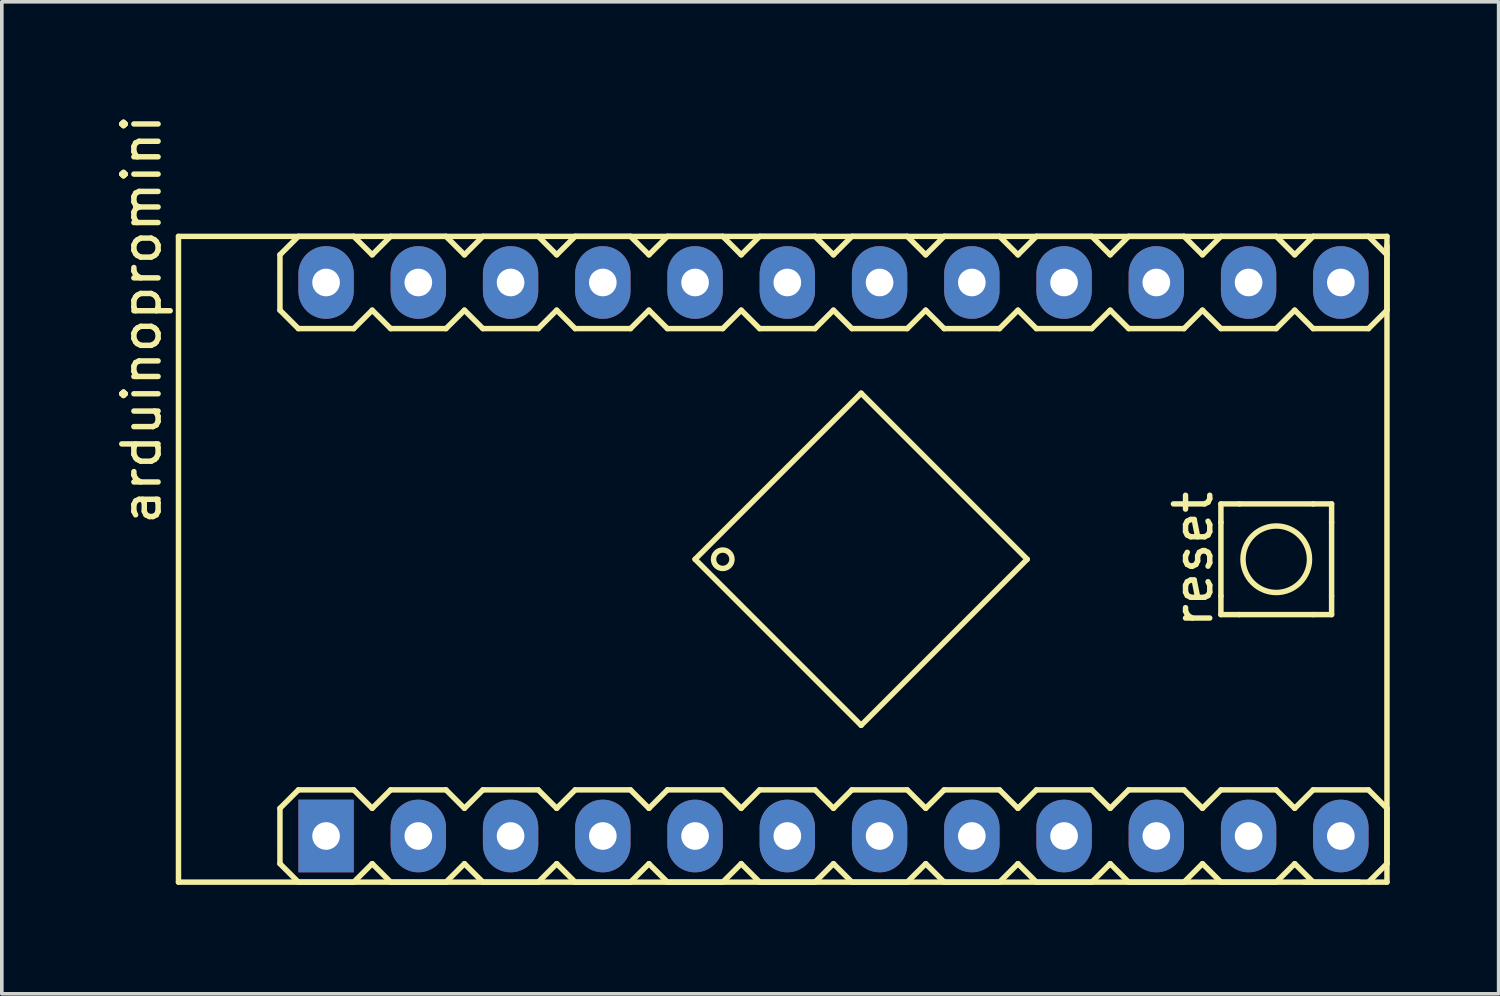
<source format=kicad_pcb>
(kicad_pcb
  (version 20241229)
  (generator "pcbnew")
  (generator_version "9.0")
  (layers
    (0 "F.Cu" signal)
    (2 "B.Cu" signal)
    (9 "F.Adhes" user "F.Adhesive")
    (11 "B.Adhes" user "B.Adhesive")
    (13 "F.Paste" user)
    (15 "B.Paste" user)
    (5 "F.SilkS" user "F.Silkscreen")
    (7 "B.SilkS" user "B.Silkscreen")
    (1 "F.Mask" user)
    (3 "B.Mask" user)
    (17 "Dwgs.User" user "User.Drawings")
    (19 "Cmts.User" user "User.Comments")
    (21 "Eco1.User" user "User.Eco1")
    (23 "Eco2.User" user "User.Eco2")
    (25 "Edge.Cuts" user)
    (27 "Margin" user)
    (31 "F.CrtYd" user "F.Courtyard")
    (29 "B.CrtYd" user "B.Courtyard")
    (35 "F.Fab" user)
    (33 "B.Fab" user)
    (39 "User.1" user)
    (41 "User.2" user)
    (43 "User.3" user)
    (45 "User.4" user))
  (footprint "arduinopromini"
    (layer "F.Cu")
    (at 23.708 17.428)
    (property "Reference" "arduinopromini" (at -22.86 -11.684 90) (layer "F.SilkS") (effects (font (size 1 1) (thickness 0.15))))
    (attr through_hole)
    (fp_line (start -21.844 -13.97) (end 11.43 -13.97) (stroke (width 0.15) (type solid)) (layer "F.SilkS"))
    (fp_line (start -21.844 3.81) (end -21.844 -13.97) (stroke (width 0.15) (type solid)) (layer "F.SilkS"))
    (fp_line (start -19.05 -13.462) (end -19.05 -11.938) (stroke (width 0.15) (type solid)) (layer "F.SilkS"))
    (fp_line (start -19.05 -11.938) (end -18.542 -11.43) (stroke (width 0.15) (type solid)) (layer "F.SilkS"))
    (fp_line (start -19.05 1.778) (end -19.05 3.302) (stroke (width 0.15) (type solid)) (layer "F.SilkS"))
    (fp_line (start -18.542 -13.97) (end -19.05 -13.462) (stroke (width 0.15) (type solid)) (layer "F.SilkS"))
    (fp_line (start -18.542 -11.43) (end -17.018 -11.43) (stroke (width 0.15) (type solid)) (layer "F.SilkS"))
    (fp_line (start -18.542 1.27) (end -19.05 1.778) (stroke (width 0.15) (type solid)) (layer "F.SilkS"))
    (fp_line (start -18.542 3.81) (end -19.05 3.302) (stroke (width 0.15) (type solid)) (layer "F.SilkS"))
    (fp_line (start -17.018 -13.97) (end -18.542 -13.97) (stroke (width 0.15) (type solid)) (layer "F.SilkS"))
    (fp_line (start -17.018 -11.43) (end -16.51 -11.938) (stroke (width 0.15) (type solid)) (layer "F.SilkS"))
    (fp_line (start -17.018 1.27) (end -18.542 1.27) (stroke (width 0.15) (type solid)) (layer "F.SilkS"))
    (fp_line (start -17.018 1.27) (end -16.51 1.778) (stroke (width 0.15) (type solid)) (layer "F.SilkS"))
    (fp_line (start -17.018 3.81) (end -18.542 3.81) (stroke (width 0.15) (type solid)) (layer "F.SilkS"))
    (fp_line (start -16.51 -13.462) (end -17.018 -13.97) (stroke (width 0.15) (type solid)) (layer "F.SilkS"))
    (fp_line (start -16.51 -11.938) (end -16.002 -11.43) (stroke (width 0.15) (type solid)) (layer "F.SilkS"))
    (fp_line (start -16.51 1.778) (end -16.002 1.27) (stroke (width 0.15) (type solid)) (layer "F.SilkS"))
    (fp_line (start -16.51 3.302) (end -17.018 3.81) (stroke (width 0.15) (type solid)) (layer "F.SilkS"))
    (fp_line (start -16.002 -13.97) (end -16.51 -13.462) (stroke (width 0.15) (type solid)) (layer "F.SilkS"))
    (fp_line (start -16.002 -11.43) (end -14.478 -11.43) (stroke (width 0.15) (type solid)) (layer "F.SilkS"))
    (fp_line (start -16.002 1.27) (end -14.478 1.27) (stroke (width 0.15) (type solid)) (layer "F.SilkS"))
    (fp_line (start -16.002 3.81) (end -16.51 3.302) (stroke (width 0.15) (type solid)) (layer "F.SilkS"))
    (fp_line (start -14.478 -13.97) (end -16.002 -13.97) (stroke (width 0.15) (type solid)) (layer "F.SilkS"))
    (fp_line (start -14.478 -11.43) (end -13.97 -11.938) (stroke (width 0.15) (type solid)) (layer "F.SilkS"))
    (fp_line (start -14.478 1.27) (end -13.97 1.778) (stroke (width 0.15) (type solid)) (layer "F.SilkS"))
    (fp_line (start -14.478 3.81) (end -16.002 3.81) (stroke (width 0.15) (type solid)) (layer "F.SilkS"))
    (fp_line (start -13.97 -13.462) (end -14.478 -13.97) (stroke (width 0.15) (type solid)) (layer "F.SilkS"))
    (fp_line (start -13.97 -11.938) (end -13.462 -11.43) (stroke (width 0.15) (type solid)) (layer "F.SilkS"))
    (fp_line (start -13.97 1.778) (end -13.462 1.27) (stroke (width 0.15) (type solid)) (layer "F.SilkS"))
    (fp_line (start -13.97 3.302) (end -14.478 3.81) (stroke (width 0.15) (type solid)) (layer "F.SilkS"))
    (fp_line (start -13.462 -13.97) (end -13.97 -13.462) (stroke (width 0.15) (type solid)) (layer "F.SilkS"))
    (fp_line (start -13.462 -11.43) (end -11.938 -11.43) (stroke (width 0.15) (type solid)) (layer "F.SilkS"))
    (fp_line (start -13.462 1.27) (end -11.938 1.27) (stroke (width 0.15) (type solid)) (layer "F.SilkS"))
    (fp_line (start -13.462 3.81) (end -13.97 3.302) (stroke (width 0.15) (type solid)) (layer "F.SilkS"))
    (fp_line (start -11.938 -13.97) (end -13.462 -13.97) (stroke (width 0.15) (type solid)) (layer "F.SilkS"))
    (fp_line (start -11.938 -11.43) (end -11.43 -11.938) (stroke (width 0.15) (type solid)) (layer "F.SilkS"))
    (fp_line (start -11.938 1.27) (end -11.43 1.778) (stroke (width 0.15) (type solid)) (layer "F.SilkS"))
    (fp_line (start -11.938 3.81) (end -13.462 3.81) (stroke (width 0.15) (type solid)) (layer "F.SilkS"))
    (fp_line (start -11.43 -13.462) (end -11.938 -13.97) (stroke (width 0.15) (type solid)) (layer "F.SilkS"))
    (fp_line (start -11.43 -11.938) (end -10.922 -11.43) (stroke (width 0.15) (type solid)) (layer "F.SilkS"))
    (fp_line (start -11.43 1.778) (end -10.922 1.27) (stroke (width 0.15) (type solid)) (layer "F.SilkS"))
    (fp_line (start -11.43 3.302) (end -11.938 3.81) (stroke (width 0.15) (type solid)) (layer "F.SilkS"))
    (fp_line (start -10.922 -13.97) (end -11.43 -13.462) (stroke (width 0.15) (type solid)) (layer "F.SilkS"))
    (fp_line (start -10.922 -11.43) (end -9.398 -11.43) (stroke (width 0.15) (type solid)) (layer "F.SilkS"))
    (fp_line (start -10.922 1.27) (end -9.398 1.27) (stroke (width 0.15) (type solid)) (layer "F.SilkS"))
    (fp_line (start -10.922 3.81) (end -11.43 3.302) (stroke (width 0.15) (type solid)) (layer "F.SilkS"))
    (fp_line (start -9.398 -13.97) (end -10.922 -13.97) (stroke (width 0.15) (type solid)) (layer "F.SilkS"))
    (fp_line (start -9.398 -11.43) (end -8.89 -11.938) (stroke (width 0.15) (type solid)) (layer "F.SilkS"))
    (fp_line (start -9.398 1.27) (end -8.89 1.778) (stroke (width 0.15) (type solid)) (layer "F.SilkS"))
    (fp_line (start -9.398 3.81) (end -10.922 3.81) (stroke (width 0.15) (type solid)) (layer "F.SilkS"))
    (fp_line (start -8.89 -13.462) (end -9.398 -13.97) (stroke (width 0.15) (type solid)) (layer "F.SilkS"))
    (fp_line (start -8.89 -11.938) (end -8.382 -11.43) (stroke (width 0.15) (type solid)) (layer "F.SilkS"))
    (fp_line (start -8.89 1.778) (end -8.382 1.27) (stroke (width 0.15) (type solid)) (layer "F.SilkS"))
    (fp_line (start -8.89 3.302) (end -9.398 3.81) (stroke (width 0.15) (type solid)) (layer "F.SilkS"))
    (fp_line (start -8.382 -13.97) (end -8.89 -13.462) (stroke (width 0.15) (type solid)) (layer "F.SilkS"))
    (fp_line (start -8.382 -11.43) (end -6.858 -11.43) (stroke (width 0.15) (type solid)) (layer "F.SilkS"))
    (fp_line (start -8.382 1.27) (end -6.858 1.27) (stroke (width 0.15) (type solid)) (layer "F.SilkS"))
    (fp_line (start -8.382 3.81) (end -8.89 3.302) (stroke (width 0.15) (type solid)) (layer "F.SilkS"))
    (fp_line (start -7.62 -5.08) (end -3.048 -0.508) (stroke (width 0.15) (type solid)) (layer "F.SilkS"))
    (fp_line (start -6.858 -13.97) (end -8.382 -13.97) (stroke (width 0.15) (type solid)) (layer "F.SilkS"))
    (fp_line (start -6.858 -11.43) (end -6.35 -11.938) (stroke (width 0.15) (type solid)) (layer "F.SilkS"))
    (fp_line (start -6.858 1.27) (end -6.35 1.778) (stroke (width 0.15) (type solid)) (layer "F.SilkS"))
    (fp_line (start -6.858 3.81) (end -8.382 3.81) (stroke (width 0.15) (type solid)) (layer "F.SilkS"))
    (fp_line (start -6.35 -13.462) (end -6.858 -13.97) (stroke (width 0.15) (type solid)) (layer "F.SilkS"))
    (fp_line (start -6.35 -11.938) (end -5.842 -11.43) (stroke (width 0.15) (type solid)) (layer "F.SilkS"))
    (fp_line (start -6.35 1.778) (end -5.842 1.27) (stroke (width 0.15) (type solid)) (layer "F.SilkS"))
    (fp_line (start -6.35 3.302) (end -6.858 3.81) (stroke (width 0.15) (type solid)) (layer "F.SilkS"))
    (fp_line (start -5.842 -13.97) (end -6.35 -13.462) (stroke (width 0.15) (type solid)) (layer "F.SilkS"))
    (fp_line (start -5.842 -11.43) (end -4.318 -11.43) (stroke (width 0.15) (type solid)) (layer "F.SilkS"))
    (fp_line (start -5.842 1.27) (end -4.318 1.27) (stroke (width 0.15) (type solid)) (layer "F.SilkS"))
    (fp_line (start -5.842 3.81) (end -6.35 3.302) (stroke (width 0.15) (type solid)) (layer "F.SilkS"))
    (fp_line (start -4.318 -13.97) (end -5.842 -13.97) (stroke (width 0.15) (type solid)) (layer "F.SilkS"))
    (fp_line (start -4.318 -11.43) (end -3.81 -11.938) (stroke (width 0.15) (type solid)) (layer "F.SilkS"))
    (fp_line (start -4.318 1.27) (end -3.81 1.778) (stroke (width 0.15) (type solid)) (layer "F.SilkS"))
    (fp_line (start -4.318 3.81) (end -5.842 3.81) (stroke (width 0.15) (type solid)) (layer "F.SilkS"))
    (fp_line (start -3.81 -13.462) (end -4.318 -13.97) (stroke (width 0.15) (type solid)) (layer "F.SilkS"))
    (fp_line (start -3.81 -11.938) (end -3.302 -11.43) (stroke (width 0.15) (type solid)) (layer "F.SilkS"))
    (fp_line (start -3.81 1.778) (end -3.302 1.27) (stroke (width 0.15) (type solid)) (layer "F.SilkS"))
    (fp_line (start -3.81 3.302) (end -4.318 3.81) (stroke (width 0.15) (type solid)) (layer "F.SilkS"))
    (fp_line (start -3.302 -13.97) (end -3.81 -13.462) (stroke (width 0.15) (type solid)) (layer "F.SilkS"))
    (fp_line (start -3.302 -11.43) (end -1.778 -11.43) (stroke (width 0.15) (type solid)) (layer "F.SilkS"))
    (fp_line (start -3.302 1.27) (end -1.778 1.27) (stroke (width 0.15) (type solid)) (layer "F.SilkS"))
    (fp_line (start -3.302 3.81) (end -3.81 3.302) (stroke (width 0.15) (type solid)) (layer "F.SilkS"))
    (fp_line (start -3.048 -9.652) (end -7.62 -5.08) (stroke (width 0.15) (type solid)) (layer "F.SilkS"))
    (fp_line (start -3.048 -0.508) (end 1.524 -5.08) (stroke (width 0.15) (type solid)) (layer "F.SilkS"))
    (fp_line (start -1.778 -13.97) (end -3.302 -13.97) (stroke (width 0.15) (type solid)) (layer "F.SilkS"))
    (fp_line (start -1.778 -11.43) (end -1.27 -11.938) (stroke (width 0.15) (type solid)) (layer "F.SilkS"))
    (fp_line (start -1.778 1.27) (end -1.27 1.778) (stroke (width 0.15) (type solid)) (layer "F.SilkS"))
    (fp_line (start -1.778 3.81) (end -3.302 3.81) (stroke (width 0.15) (type solid)) (layer "F.SilkS"))
    (fp_line (start -1.27 -13.462) (end -1.778 -13.97) (stroke (width 0.15) (type solid)) (layer "F.SilkS"))
    (fp_line (start -1.27 -11.938) (end -0.762 -11.43) (stroke (width 0.15) (type solid)) (layer "F.SilkS"))
    (fp_line (start -1.27 1.778) (end -0.762 1.27) (stroke (width 0.15) (type solid)) (layer "F.SilkS"))
    (fp_line (start -1.27 3.302) (end -1.778 3.81) (stroke (width 0.15) (type solid)) (layer "F.SilkS"))
    (fp_line (start -0.762 -13.97) (end -1.27 -13.462) (stroke (width 0.15) (type solid)) (layer "F.SilkS"))
    (fp_line (start -0.762 -11.43) (end 0.762 -11.43) (stroke (width 0.15) (type solid)) (layer "F.SilkS"))
    (fp_line (start -0.762 1.27) (end 0.762 1.27) (stroke (width 0.15) (type solid)) (layer "F.SilkS"))
    (fp_line (start -0.762 3.81) (end -1.27 3.302) (stroke (width 0.15) (type solid)) (layer "F.SilkS"))
    (fp_line (start 0.762 -13.97) (end -0.762 -13.97) (stroke (width 0.15) (type solid)) (layer "F.SilkS"))
    (fp_line (start 0.762 -11.43) (end 1.27 -11.938) (stroke (width 0.15) (type solid)) (layer "F.SilkS"))
    (fp_line (start 0.762 1.27) (end 1.27 1.778) (stroke (width 0.15) (type solid)) (layer "F.SilkS"))
    (fp_line (start 0.762 3.81) (end -0.762 3.81) (stroke (width 0.15) (type solid)) (layer "F.SilkS"))
    (fp_line (start 1.27 -13.462) (end 0.762 -13.97) (stroke (width 0.15) (type solid)) (layer "F.SilkS"))
    (fp_line (start 1.27 -11.938) (end 1.778 -11.43) (stroke (width 0.15) (type solid)) (layer "F.SilkS"))
    (fp_line (start 1.27 1.778) (end 1.778 1.27) (stroke (width 0.15) (type solid)) (layer "F.SilkS"))
    (fp_line (start 1.27 3.302) (end 0.762 3.81) (stroke (width 0.15) (type solid)) (layer "F.SilkS"))
    (fp_line (start 1.524 -5.08) (end -3.048 -9.652) (stroke (width 0.15) (type solid)) (layer "F.SilkS"))
    (fp_line (start 1.778 -13.97) (end 1.27 -13.462) (stroke (width 0.15) (type solid)) (layer "F.SilkS"))
    (fp_line (start 1.778 -11.43) (end 3.302 -11.43) (stroke (width 0.15) (type solid)) (layer "F.SilkS"))
    (fp_line (start 1.778 1.27) (end 3.302 1.27) (stroke (width 0.15) (type solid)) (layer "F.SilkS"))
    (fp_line (start 1.778 3.81) (end 1.27 3.302) (stroke (width 0.15) (type solid)) (layer "F.SilkS"))
    (fp_line (start 3.302 -13.97) (end 1.778 -13.97) (stroke (width 0.15) (type solid)) (layer "F.SilkS"))
    (fp_line (start 3.302 -11.43) (end 3.81 -11.938) (stroke (width 0.15) (type solid)) (layer "F.SilkS"))
    (fp_line (start 3.302 1.27) (end 3.81 1.778) (stroke (width 0.15) (type solid)) (layer "F.SilkS"))
    (fp_line (start 3.302 3.81) (end 1.778 3.81) (stroke (width 0.15) (type solid)) (layer "F.SilkS"))
    (fp_line (start 3.81 -13.462) (end 3.302 -13.97) (stroke (width 0.15) (type solid)) (layer "F.SilkS"))
    (fp_line (start 3.81 -11.938) (end 4.318 -11.43) (stroke (width 0.15) (type solid)) (layer "F.SilkS"))
    (fp_line (start 3.81 1.778) (end 4.318 1.27) (stroke (width 0.15) (type solid)) (layer "F.SilkS"))
    (fp_line (start 3.81 3.302) (end 3.302 3.81) (stroke (width 0.15) (type solid)) (layer "F.SilkS"))
    (fp_line (start 4.318 -13.97) (end 3.81 -13.462) (stroke (width 0.15) (type solid)) (layer "F.SilkS"))
    (fp_line (start 4.318 -11.43) (end 5.842 -11.43) (stroke (width 0.15) (type solid)) (layer "F.SilkS"))
    (fp_line (start 4.318 1.27) (end 5.842 1.27) (stroke (width 0.15) (type solid)) (layer "F.SilkS"))
    (fp_line (start 4.318 3.81) (end 3.81 3.302) (stroke (width 0.15) (type solid)) (layer "F.SilkS"))
    (fp_line (start 5.842 -13.97) (end 4.318 -13.97) (stroke (width 0.15) (type solid)) (layer "F.SilkS"))
    (fp_line (start 5.842 -11.43) (end 6.35 -11.938) (stroke (width 0.15) (type solid)) (layer "F.SilkS"))
    (fp_line (start 5.842 1.27) (end 6.35 1.778) (stroke (width 0.15) (type solid)) (layer "F.SilkS"))
    (fp_line (start 5.842 3.81) (end 4.318 3.81) (stroke (width 0.15) (type solid)) (layer "F.SilkS"))
    (fp_line (start 6.35 -13.462) (end 5.842 -13.97) (stroke (width 0.15) (type solid)) (layer "F.SilkS"))
    (fp_line (start 6.35 -11.938) (end 6.858 -11.43) (stroke (width 0.15) (type solid)) (layer "F.SilkS"))
    (fp_line (start 6.35 1.778) (end 6.858 1.27) (stroke (width 0.15) (type solid)) (layer "F.SilkS"))
    (fp_line (start 6.35 3.302) (end 5.842 3.81) (stroke (width 0.15) (type solid)) (layer "F.SilkS"))
    (fp_line (start 6.858 -13.97) (end 6.35 -13.462) (stroke (width 0.15) (type solid)) (layer "F.SilkS"))
    (fp_line (start 6.858 -11.43) (end 8.382 -11.43) (stroke (width 0.15) (type solid)) (layer "F.SilkS"))
    (fp_line (start 6.858 -6.604) (end 6.858 -6.096) (stroke (width 0.15) (type solid)) (layer "F.SilkS"))
    (fp_line (start 6.858 -6.096) (end 6.858 -4.064) (stroke (width 0.15) (type solid)) (layer "F.SilkS"))
    (fp_line (start 6.858 -4.064) (end 6.858 -3.556) (stroke (width 0.15) (type solid)) (layer "F.SilkS"))
    (fp_line (start 6.858 -3.556) (end 7.366 -3.556) (stroke (width 0.15) (type solid)) (layer "F.SilkS"))
    (fp_line (start 6.858 1.27) (end 8.382 1.27) (stroke (width 0.15) (type solid)) (layer "F.SilkS"))
    (fp_line (start 6.858 3.81) (end 6.35 3.302) (stroke (width 0.15) (type solid)) (layer "F.SilkS"))
    (fp_line (start 7.366 -6.604) (end 6.858 -6.604) (stroke (width 0.15) (type solid)) (layer "F.SilkS"))
    (fp_line (start 7.366 -3.556) (end 9.398 -3.556) (stroke (width 0.15) (type solid)) (layer "F.SilkS"))
    (fp_line (start 8.382 -13.97) (end 6.858 -13.97) (stroke (width 0.15) (type solid)) (layer "F.SilkS"))
    (fp_line (start 8.382 -11.43) (end 8.89 -11.938) (stroke (width 0.15) (type solid)) (layer "F.SilkS"))
    (fp_line (start 8.382 3.81) (end 6.858 3.81) (stroke (width 0.15) (type solid)) (layer "F.SilkS"))
    (fp_line (start 8.89 -13.462) (end 8.382 -13.97) (stroke (width 0.15) (type solid)) (layer "F.SilkS"))
    (fp_line (start 8.89 -11.938) (end 9.398 -11.43) (stroke (width 0.15) (type solid)) (layer "F.SilkS"))
    (fp_line (start 8.89 1.778) (end 8.382 1.27) (stroke (width 0.15) (type solid)) (layer "F.SilkS"))
    (fp_line (start 8.89 1.778) (end 9.398 1.27) (stroke (width 0.15) (type solid)) (layer "F.SilkS"))
    (fp_line (start 8.89 3.302) (end 8.382 3.81) (stroke (width 0.15) (type solid)) (layer "F.SilkS"))
    (fp_line (start 9.398 -13.97) (end 8.89 -13.462) (stroke (width 0.15) (type solid)) (layer "F.SilkS"))
    (fp_line (start 9.398 -13.97) (end 10.922 -13.97) (stroke (width 0.15) (type solid)) (layer "F.SilkS"))
    (fp_line (start 9.398 -11.43) (end 10.922 -11.43) (stroke (width 0.15) (type solid)) (layer "F.SilkS"))
    (fp_line (start 9.398 -6.604) (end 7.366 -6.604) (stroke (width 0.15) (type solid)) (layer "F.SilkS"))
    (fp_line (start 9.398 -3.556) (end 9.906 -3.556) (stroke (width 0.15) (type solid)) (layer "F.SilkS"))
    (fp_line (start 9.398 1.27) (end 10.922 1.27) (stroke (width 0.15) (type solid)) (layer "F.SilkS"))
    (fp_line (start 9.398 3.81) (end 8.89 3.302) (stroke (width 0.15) (type solid)) (layer "F.SilkS"))
    (fp_line (start 9.398 3.81) (end 9.144 3.81) (stroke (width 0.15) (type solid)) (layer "F.SilkS"))
    (fp_line (start 9.906 -6.604) (end 9.398 -6.604) (stroke (width 0.15) (type solid)) (layer "F.SilkS"))
    (fp_line (start 9.906 -6.096) (end 9.906 -6.604) (stroke (width 0.15) (type solid)) (layer "F.SilkS"))
    (fp_line (start 9.906 -4.064) (end 9.906 -6.096) (stroke (width 0.15) (type solid)) (layer "F.SilkS"))
    (fp_line (start 9.906 -3.556) (end 9.906 -4.064) (stroke (width 0.15) (type solid)) (layer "F.SilkS"))
    (fp_line (start 10.668 3.81) (end 9.398 3.81) (stroke (width 0.15) (type solid)) (layer "F.SilkS"))
    (fp_line (start 10.922 -13.97) (end 11.43 -13.462) (stroke (width 0.15) (type solid)) (layer "F.SilkS"))
    (fp_line (start 10.922 -11.43) (end 11.43 -11.938) (stroke (width 0.15) (type solid)) (layer "F.SilkS"))
    (fp_line (start 10.922 1.27) (end 11.43 1.778) (stroke (width 0.15) (type solid)) (layer "F.SilkS"))
    (fp_line (start 11.43 -13.97) (end 11.43 3.81) (stroke (width 0.15) (type solid)) (layer "F.SilkS"))
    (fp_line (start 11.43 -11.938) (end 11.43 -13.716) (stroke (width 0.15) (type solid)) (layer "F.SilkS"))
    (fp_line (start 11.43 1.778) (end 11.43 3.302) (stroke (width 0.15) (type solid)) (layer "F.SilkS"))
    (fp_line (start 11.43 3.302) (end 10.922 3.81) (stroke (width 0.15) (type solid)) (layer "F.SilkS"))
    (fp_line (start 11.43 3.81) (end -21.844 3.81) (stroke (width 0.15) (type solid)) (layer "F.SilkS"))
    (fp_circle (center -6.858 -5.08) (end -6.858 -4.826) (stroke (width 0.15) (type solid)) (fill no) (layer "F.SilkS"))
    (fp_circle (center 8.382 -5.08) (end 8.89 -4.318) (stroke (width 0.15) (type solid)) (fill no) (layer "F.SilkS"))
    (fp_text user "reset" (at 6.096 -5.08 90) (layer "F.SilkS") (effects (font (size 1 1) (thickness 0.15))))
    (pad "1" thru_hole rect (at -17.78 2.54) (size 1.524 2) (drill 0.762) (layers "*.Cu" "*.Mask"))
    (pad "2" thru_hole oval (at -15.24 2.54) (size 1.524 2) (drill 0.762) (layers "*.Cu" "*.Mask"))
    (pad "3" thru_hole oval (at -12.7 2.54) (size 1.524 2) (drill 0.762) (layers "*.Cu" "*.Mask"))
    (pad "4" thru_hole oval (at -10.16 2.54) (size 1.524 2) (drill 0.762) (layers "*.Cu" "*.Mask"))
    (pad "5" thru_hole oval (at -7.62 2.54) (size 1.524 2) (drill 0.762) (layers "*.Cu" "*.Mask"))
    (pad "6" thru_hole oval (at -5.08 2.54) (size 1.524 2) (drill 0.762) (layers "*.Cu" "*.Mask"))
    (pad "7" thru_hole oval (at -2.54 2.54) (size 1.524 2) (drill 0.762) (layers "*.Cu" "*.Mask"))
    (pad "8" thru_hole oval (at 0 2.54) (size 1.524 2) (drill 0.762) (layers "*.Cu" "*.Mask"))
    (pad "9" thru_hole oval (at 2.54 2.54) (size 1.524 2) (drill 0.762) (layers "*.Cu" "*.Mask"))
    (pad "10" thru_hole oval (at 5.08 2.54) (size 1.524 2) (drill 0.762) (layers "*.Cu" "*.Mask"))
    (pad "11" thru_hole oval (at 7.62 2.54) (size 1.524 2) (drill 0.762) (layers "*.Cu" "*.Mask"))
    (pad "12" thru_hole oval (at 10.16 2.54) (size 1.524 2) (drill 0.762) (layers "*.Cu" "*.Mask"))
    (pad "13" thru_hole oval (at 10.16 -12.7) (size 1.524 2) (drill 0.762) (layers "*.Cu" "*.Mask"))
    (pad "14" thru_hole oval (at 7.62 -12.7) (size 1.524 2) (drill 0.762) (layers "*.Cu" "*.Mask"))
    (pad "15" thru_hole oval (at 5.08 -12.7) (size 1.524 2) (drill 0.762) (layers "*.Cu" "*.Mask"))
    (pad "16" thru_hole oval (at 2.54 -12.7) (size 1.524 2) (drill 0.762) (layers "*.Cu" "*.Mask"))
    (pad "17" thru_hole oval (at 0 -12.7) (size 1.524 2) (drill 0.762) (layers "*.Cu" "*.Mask"))
    (pad "18" thru_hole oval (at -2.54 -12.7) (size 1.524 2) (drill 0.762) (layers "*.Cu" "*.Mask"))
    (pad "19" thru_hole oval (at -5.08 -12.7) (size 1.524 2) (drill 0.762) (layers "*.Cu" "*.Mask"))
    (pad "20" thru_hole oval (at -7.62 -12.7) (size 1.524 2) (drill 0.762) (layers "*.Cu" "*.Mask"))
    (pad "21" thru_hole oval (at -10.16 -12.7) (size 1.524 2) (drill 0.762) (layers "*.Cu" "*.Mask"))
    (pad "22" thru_hole oval (at -12.7 -12.7) (size 1.524 2) (drill 0.762) (layers "*.Cu" "*.Mask"))
    (pad "23" thru_hole oval (at -15.24 -12.7) (size 1.524 2) (drill 0.762) (layers "*.Cu" "*.Mask"))
    (pad "24" thru_hole oval (at -17.78 -12.7) (size 1.524 2) (drill 0.762) (layers "*.Cu" "*.Mask")))
  (gr_rect
    (start -3 -3)
    (end 38.213 24.313)
    (stroke (width 0.1) (type default))
    (fill no)
    (layer "Edge.Cuts")))
</source>
